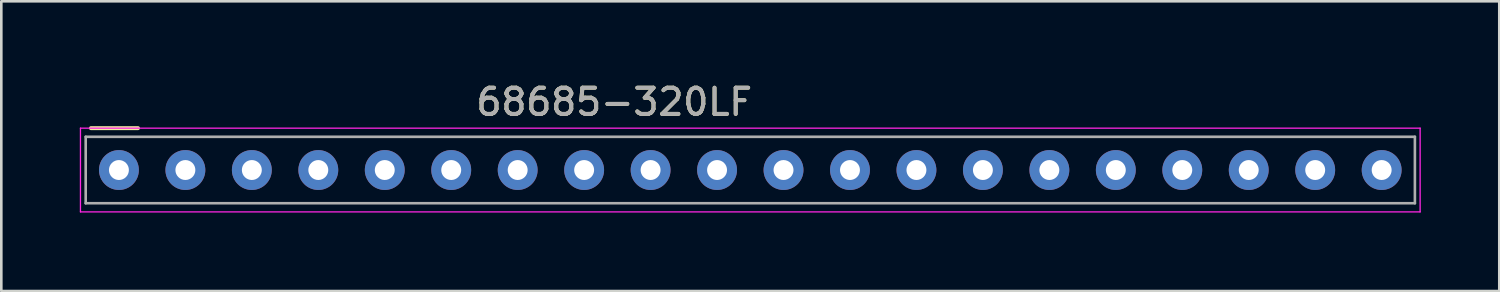
<source format=kicad_pcb>
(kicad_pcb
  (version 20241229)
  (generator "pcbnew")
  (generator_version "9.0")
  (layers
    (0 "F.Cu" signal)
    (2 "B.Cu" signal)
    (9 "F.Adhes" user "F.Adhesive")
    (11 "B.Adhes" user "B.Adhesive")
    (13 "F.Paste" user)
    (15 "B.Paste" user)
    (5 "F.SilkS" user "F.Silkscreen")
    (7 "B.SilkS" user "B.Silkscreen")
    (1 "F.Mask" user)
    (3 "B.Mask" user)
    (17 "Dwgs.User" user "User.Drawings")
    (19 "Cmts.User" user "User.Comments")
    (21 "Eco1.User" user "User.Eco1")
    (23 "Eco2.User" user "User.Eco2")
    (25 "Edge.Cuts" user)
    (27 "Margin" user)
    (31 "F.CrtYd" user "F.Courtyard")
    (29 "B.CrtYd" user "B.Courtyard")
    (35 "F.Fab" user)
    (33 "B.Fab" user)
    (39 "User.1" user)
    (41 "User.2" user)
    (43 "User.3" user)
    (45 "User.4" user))
  (footprint "68685-320LF"
    (layer "F.Cu")
    (at 25.625 3.448)
    (property "Reference" "68685-320LF" (at -5.2 -2.6 0) (layer "F.SilkS") (effects (font (size 1 1) (thickness 0.15))))
    (attr through_hole)
    (fp_line (start -25.2 -1.6) (end -23.4 -1.6) (stroke (width 0.15) (type solid)) (layer "F.SilkS"))
    (fp_line (start -23.4 -1.6) (end -23.4 -1.6) (stroke (width 0.01) (type solid)) (layer "F.SilkS"))
    (fp_line (start -25.6 -1.6) (end 25.6 -1.6) (stroke (width 0.05) (type solid)) (layer "F.CrtYd"))
    (fp_line (start -25.6 1.6) (end -25.6 -1.6) (stroke (width 0.05) (type solid)) (layer "F.CrtYd"))
    (fp_line (start 25.6 -1.6) (end 25.6 1.6) (stroke (width 0.05) (type solid)) (layer "F.CrtYd"))
    (fp_line (start 25.6 1.6) (end -25.6 1.6) (stroke (width 0.05) (type solid)) (layer "F.CrtYd"))
    (fp_line (start -25.4 -1.27) (end 25.4 -1.27) (stroke (width 0.1) (type solid)) (layer "F.Fab"))
    (fp_line (start -25.4 1.27) (end -25.4 -1.27) (stroke (width 0.1) (type solid)) (layer "F.Fab"))
    (fp_line (start 25.4 -1.27) (end 25.4 1.27) (stroke (width 0.1) (type solid)) (layer "F.Fab"))
    (fp_line (start 25.4 1.27) (end -25.4 1.27) (stroke (width 0.1) (type solid)) (layer "F.Fab"))
    (fp_text user "${REFERENCE}" (at -5.2 -2.6 0) (layer "F.Fab") (effects (font (size 1 1) (thickness 0.15))))
    (pad "1" thru_hole circle (at -24.13 0) (size 1.524 1.524) (drill 0.762) (layers "*.Cu" "B.Mask"))
    (pad "2" thru_hole circle (at -21.59 0) (size 1.524 1.524) (drill 0.762) (layers "*.Cu" "B.Mask"))
    (pad "3" thru_hole circle (at -19.05 0) (size 1.524 1.524) (drill 0.762) (layers "*.Cu" "B.Mask"))
    (pad "4" thru_hole circle (at -16.51 0) (size 1.524 1.524) (drill 0.762) (layers "*.Cu" "B.Mask"))
    (pad "5" thru_hole circle (at -13.97 0) (size 1.524 1.524) (drill 0.762) (layers "*.Cu" "B.Mask"))
    (pad "6" thru_hole circle (at -11.43 0) (size 1.524 1.524) (drill 0.762) (layers "*.Cu" "B.Mask"))
    (pad "7" thru_hole circle (at -8.89 0) (size 1.524 1.524) (drill 0.762) (layers "*.Cu" "B.Mask"))
    (pad "8" thru_hole circle (at -6.35 0) (size 1.524 1.524) (drill 0.762) (layers "*.Cu" "B.Mask"))
    (pad "9" thru_hole circle (at -3.81 0) (size 1.524 1.524) (drill 0.762) (layers "*.Cu" "B.Mask"))
    (pad "10" thru_hole circle (at -1.27 0) (size 1.524 1.524) (drill 0.762) (layers "*.Cu" "B.Mask"))
    (pad "11" thru_hole circle (at 1.27 0) (size 1.524 1.524) (drill 0.762) (layers "*.Cu" "B.Mask"))
    (pad "12" thru_hole circle (at 3.81 0) (size 1.524 1.524) (drill 0.762) (layers "*.Cu" "B.Mask"))
    (pad "13" thru_hole circle (at 6.35 0) (size 1.524 1.524) (drill 0.762) (layers "*.Cu" "B.Mask"))
    (pad "14" thru_hole circle (at 8.89 0) (size 1.524 1.524) (drill 0.762) (layers "*.Cu" "B.Mask"))
    (pad "15" thru_hole circle (at 11.43 0) (size 1.524 1.524) (drill 0.762) (layers "*.Cu" "B.Mask"))
    (pad "16" thru_hole circle (at 13.97 0) (size 1.524 1.524) (drill 0.762) (layers "*.Cu" "B.Mask"))
    (pad "17" thru_hole circle (at 16.51 0) (size 1.524 1.524) (drill 0.762) (layers "*.Cu" "B.Mask"))
    (pad "18" thru_hole circle (at 19.05 0) (size 1.524 1.524) (drill 0.762) (layers "*.Cu" "B.Mask"))
    (pad "19" thru_hole circle (at 21.59 0) (size 1.524 1.524) (drill 0.762) (layers "*.Cu" "B.Mask"))
    (pad "20" thru_hole circle (at 24.13 0) (size 1.524 1.524) (drill 0.762) (layers "*.Cu" "B.Mask")))
  (gr_rect
    (start -3 -3)
    (end 54.25 8.073)
    (stroke (width 0.1) (type default))
    (fill no)
    (layer "Edge.Cuts")))
</source>
